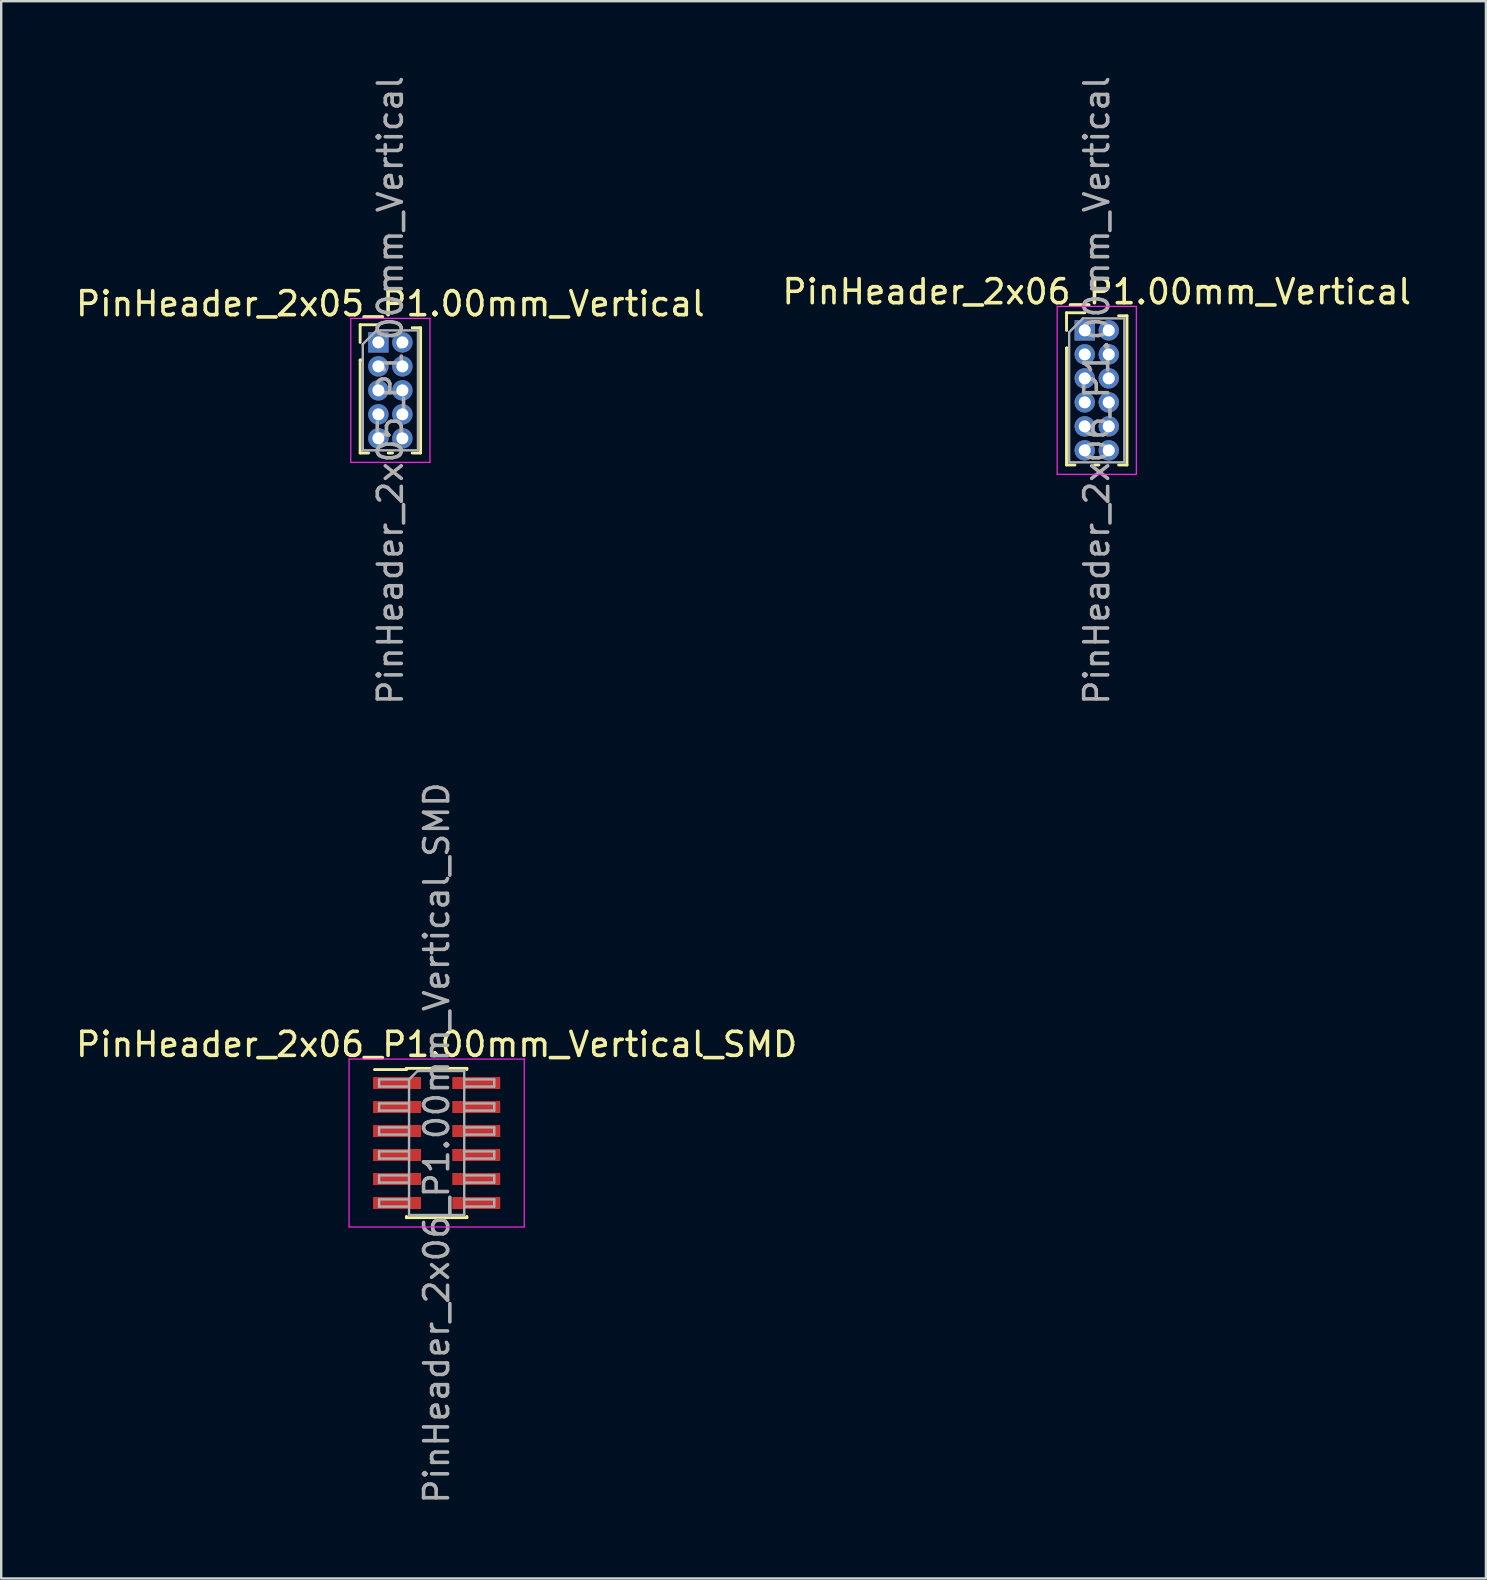
<source format=kicad_pcb>
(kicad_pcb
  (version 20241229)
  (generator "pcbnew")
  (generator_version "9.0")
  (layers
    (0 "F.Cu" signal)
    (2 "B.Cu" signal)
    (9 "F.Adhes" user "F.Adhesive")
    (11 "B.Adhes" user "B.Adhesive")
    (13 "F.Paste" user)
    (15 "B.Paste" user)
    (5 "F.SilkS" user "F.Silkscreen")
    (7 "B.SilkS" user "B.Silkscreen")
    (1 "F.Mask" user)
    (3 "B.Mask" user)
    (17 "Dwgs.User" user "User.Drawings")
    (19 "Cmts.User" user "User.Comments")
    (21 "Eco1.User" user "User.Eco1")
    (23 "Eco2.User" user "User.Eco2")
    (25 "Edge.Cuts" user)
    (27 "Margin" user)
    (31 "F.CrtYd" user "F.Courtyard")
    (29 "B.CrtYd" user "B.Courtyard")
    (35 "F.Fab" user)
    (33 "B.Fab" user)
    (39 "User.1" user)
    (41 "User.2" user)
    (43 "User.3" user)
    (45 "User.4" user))
  (footprint "PinHeader_2x06_P1.00mm_Vertical_SMD"
    (layer "F.Cu")
    (at 15.149 44.589)
    (property "Reference" "PinHeader_2x06_P1.00mm_Vertical_SMD" (at 0 -4.11 0) (layer "F.SilkS") (effects (font (size 1 1) (thickness 0.15))))
    (attr smd)
    (fp_line (start -2.59 -3.06) (end -1.26 -3.06) (stroke (width 0.12) (type solid)) (layer "F.SilkS"))
    (fp_line (start -1.26 -3.11) (end -1.26 -3.06) (stroke (width 0.12) (type solid)) (layer "F.SilkS"))
    (fp_line (start -1.26 -3.11) (end 1.26 -3.11) (stroke (width 0.12) (type solid)) (layer "F.SilkS"))
    (fp_line (start -1.26 3.06) (end -1.26 3.11) (stroke (width 0.12) (type solid)) (layer "F.SilkS"))
    (fp_line (start -1.26 3.11) (end 1.26 3.11) (stroke (width 0.12) (type solid)) (layer "F.SilkS"))
    (fp_line (start 1.26 -3.11) (end 1.26 -3.06) (stroke (width 0.12) (type solid)) (layer "F.SilkS"))
    (fp_line (start 1.26 3.06) (end 1.26 3.11) (stroke (width 0.12) (type solid)) (layer "F.SilkS"))
    (fp_line (start -3.65 -3.5) (end -3.65 3.5) (stroke (width 0.05) (type solid)) (layer "F.CrtYd"))
    (fp_line (start -3.65 3.5) (end 3.65 3.5) (stroke (width 0.05) (type solid)) (layer "F.CrtYd"))
    (fp_line (start 3.65 -3.5) (end -3.65 -3.5) (stroke (width 0.05) (type solid)) (layer "F.CrtYd"))
    (fp_line (start 3.65 3.5) (end 3.65 -3.5) (stroke (width 0.05) (type solid)) (layer "F.CrtYd"))
    (fp_line (start -2.4 -2.65) (end -2.4 -2.35) (stroke (width 0.1) (type solid)) (layer "F.Fab"))
    (fp_line (start -2.4 -2.35) (end -1.15 -2.35) (stroke (width 0.1) (type solid)) (layer "F.Fab"))
    (fp_line (start -2.4 -1.65) (end -2.4 -1.35) (stroke (width 0.1) (type solid)) (layer "F.Fab"))
    (fp_line (start -2.4 -1.35) (end -1.15 -1.35) (stroke (width 0.1) (type solid)) (layer "F.Fab"))
    (fp_line (start -2.4 -0.65) (end -2.4 -0.35) (stroke (width 0.1) (type solid)) (layer "F.Fab"))
    (fp_line (start -2.4 -0.35) (end -1.15 -0.35) (stroke (width 0.1) (type solid)) (layer "F.Fab"))
    (fp_line (start -2.4 0.35) (end -2.4 0.65) (stroke (width 0.1) (type solid)) (layer "F.Fab"))
    (fp_line (start -2.4 0.65) (end -1.15 0.65) (stroke (width 0.1) (type solid)) (layer "F.Fab"))
    (fp_line (start -2.4 1.35) (end -2.4 1.65) (stroke (width 0.1) (type solid)) (layer "F.Fab"))
    (fp_line (start -2.4 1.65) (end -1.15 1.65) (stroke (width 0.1) (type solid)) (layer "F.Fab"))
    (fp_line (start -2.4 2.35) (end -2.4 2.65) (stroke (width 0.1) (type solid)) (layer "F.Fab"))
    (fp_line (start -2.4 2.65) (end -1.15 2.65) (stroke (width 0.1) (type solid)) (layer "F.Fab"))
    (fp_line (start -1.15 -2.65) (end -2.4 -2.65) (stroke (width 0.1) (type solid)) (layer "F.Fab"))
    (fp_line (start -1.15 -2.65) (end -0.8 -3) (stroke (width 0.1) (type solid)) (layer "F.Fab"))
    (fp_line (start -1.15 -1.65) (end -2.4 -1.65) (stroke (width 0.1) (type solid)) (layer "F.Fab"))
    (fp_line (start -1.15 -0.65) (end -2.4 -0.65) (stroke (width 0.1) (type solid)) (layer "F.Fab"))
    (fp_line (start -1.15 0.35) (end -2.4 0.35) (stroke (width 0.1) (type solid)) (layer "F.Fab"))
    (fp_line (start -1.15 1.35) (end -2.4 1.35) (stroke (width 0.1) (type solid)) (layer "F.Fab"))
    (fp_line (start -1.15 2.35) (end -2.4 2.35) (stroke (width 0.1) (type solid)) (layer "F.Fab"))
    (fp_line (start -1.15 3) (end -1.15 -2.65) (stroke (width 0.1) (type solid)) (layer "F.Fab"))
    (fp_line (start -0.8 -3) (end 1.15 -3) (stroke (width 0.1) (type solid)) (layer "F.Fab"))
    (fp_line (start 1.15 -3) (end 1.15 3) (stroke (width 0.1) (type solid)) (layer "F.Fab"))
    (fp_line (start 1.15 -2.65) (end 2.4 -2.65) (stroke (width 0.1) (type solid)) (layer "F.Fab"))
    (fp_line (start 1.15 -1.65) (end 2.4 -1.65) (stroke (width 0.1) (type solid)) (layer "F.Fab"))
    (fp_line (start 1.15 -0.65) (end 2.4 -0.65) (stroke (width 0.1) (type solid)) (layer "F.Fab"))
    (fp_line (start 1.15 0.35) (end 2.4 0.35) (stroke (width 0.1) (type solid)) (layer "F.Fab"))
    (fp_line (start 1.15 1.35) (end 2.4 1.35) (stroke (width 0.1) (type solid)) (layer "F.Fab"))
    (fp_line (start 1.15 2.35) (end 2.4 2.35) (stroke (width 0.1) (type solid)) (layer "F.Fab"))
    (fp_line (start 1.15 3) (end -1.15 3) (stroke (width 0.1) (type solid)) (layer "F.Fab"))
    (fp_line (start 2.4 -2.65) (end 2.4 -2.35) (stroke (width 0.1) (type solid)) (layer "F.Fab"))
    (fp_line (start 2.4 -2.35) (end 1.15 -2.35) (stroke (width 0.1) (type solid)) (layer "F.Fab"))
    (fp_line (start 2.4 -1.65) (end 2.4 -1.35) (stroke (width 0.1) (type solid)) (layer "F.Fab"))
    (fp_line (start 2.4 -1.35) (end 1.15 -1.35) (stroke (width 0.1) (type solid)) (layer "F.Fab"))
    (fp_line (start 2.4 -0.65) (end 2.4 -0.35) (stroke (width 0.1) (type solid)) (layer "F.Fab"))
    (fp_line (start 2.4 -0.35) (end 1.15 -0.35) (stroke (width 0.1) (type solid)) (layer "F.Fab"))
    (fp_line (start 2.4 0.35) (end 2.4 0.65) (stroke (width 0.1) (type solid)) (layer "F.Fab"))
    (fp_line (start 2.4 0.65) (end 1.15 0.65) (stroke (width 0.1) (type solid)) (layer "F.Fab"))
    (fp_line (start 2.4 1.35) (end 2.4 1.65) (stroke (width 0.1) (type solid)) (layer "F.Fab"))
    (fp_line (start 2.4 1.65) (end 1.15 1.65) (stroke (width 0.1) (type solid)) (layer "F.Fab"))
    (fp_line (start 2.4 2.35) (end 2.4 2.65) (stroke (width 0.1) (type solid)) (layer "F.Fab"))
    (fp_line (start 2.4 2.65) (end 1.15 2.65) (stroke (width 0.1) (type solid)) (layer "F.Fab"))
    (fp_text user "${REFERENCE}" (at 0 0 90) (layer "F.Fab") (effects (font (size 1 1) (thickness 0.15))))
    (pad "1" smd rect (at -1.65 -2.5) (size 2 0.5) (layers "F.Cu" "F.Mask" "F.Paste"))
    (pad "2" smd rect (at 1.65 -2.5) (size 2 0.5) (layers "F.Cu" "F.Mask" "F.Paste"))
    (pad "3" smd rect (at -1.65 -1.5) (size 2 0.5) (layers "F.Cu" "F.Mask" "F.Paste"))
    (pad "4" smd rect (at 1.65 -1.5) (size 2 0.5) (layers "F.Cu" "F.Mask" "F.Paste"))
    (pad "5" smd rect (at -1.65 -0.5) (size 2 0.5) (layers "F.Cu" "F.Mask" "F.Paste"))
    (pad "6" smd rect (at 1.65 -0.5) (size 2 0.5) (layers "F.Cu" "F.Mask" "F.Paste"))
    (pad "7" smd rect (at -1.65 0.5) (size 2 0.5) (layers "F.Cu" "F.Mask" "F.Paste"))
    (pad "8" smd rect (at 1.65 0.5) (size 2 0.5) (layers "F.Cu" "F.Mask" "F.Paste"))
    (pad "9" smd rect (at -1.65 1.5) (size 2 0.5) (layers "F.Cu" "F.Mask" "F.Paste"))
    (pad "10" smd rect (at 1.65 1.5) (size 2 0.5) (layers "F.Cu" "F.Mask" "F.Paste"))
    (pad "11" smd rect (at -1.65 2.5) (size 2 0.5) (layers "F.Cu" "F.Mask" "F.Paste"))
    (pad "12" smd rect (at 1.65 2.5) (size 2 0.5) (layers "F.Cu" "F.Mask" "F.Paste")))
  (footprint "PinHeader_2x05_P1.00mm_Vertical"
    (layer "F.Cu")
    (at 12.72 11.22)
    (property "Reference" "PinHeader_2x05_P1.00mm_Vertical" (at 0.5 -1.61 0) (layer "F.SilkS") (effects (font (size 1 1) (thickness 0.15))))
    (attr through_hole)
    (fp_line (start -0.76 -0.735) (end 0 -0.735) (stroke (width 0.12) (type solid)) (layer "F.SilkS"))
    (fp_line (start -0.76 0) (end -0.76 -0.735) (stroke (width 0.12) (type solid)) (layer "F.SilkS"))
    (fp_line (start -0.76 0.735) (end -0.76 4.61) (stroke (width 0.12) (type solid)) (layer "F.SilkS"))
    (fp_line (start -0.76 0.735) (end -0.686 0.735) (stroke (width 0.12) (type solid)) (layer "F.SilkS"))
    (fp_line (start -0.76 4.61) (end -0.41 4.61) (stroke (width 0.12) (type solid)) (layer "F.SilkS"))
    (fp_line (start 0.41 4.61) (end 0.59 4.61) (stroke (width 0.12) (type solid)) (layer "F.SilkS"))
    (fp_line (start 1.41 -0.61) (end 1.76 -0.61) (stroke (width 0.12) (type solid)) (layer "F.SilkS"))
    (fp_line (start 1.41 4.61) (end 1.76 4.61) (stroke (width 0.12) (type solid)) (layer "F.SilkS"))
    (fp_line (start 1.76 -0.61) (end 1.76 4.61) (stroke (width 0.12) (type solid)) (layer "F.SilkS"))
    (fp_line (start -1.15 -1) (end -1.15 5) (stroke (width 0.05) (type solid)) (layer "F.CrtYd"))
    (fp_line (start -1.15 5) (end 2.15 5) (stroke (width 0.05) (type solid)) (layer "F.CrtYd"))
    (fp_line (start 2.15 -1) (end -1.15 -1) (stroke (width 0.05) (type solid)) (layer "F.CrtYd"))
    (fp_line (start 2.15 5) (end 2.15 -1) (stroke (width 0.05) (type solid)) (layer "F.CrtYd"))
    (fp_line (start -0.65 0.075) (end -0.075 -0.5) (stroke (width 0.1) (type solid)) (layer "F.Fab"))
    (fp_line (start -0.65 4.5) (end -0.65 0.075) (stroke (width 0.1) (type solid)) (layer "F.Fab"))
    (fp_line (start -0.075 -0.5) (end 1.65 -0.5) (stroke (width 0.1) (type solid)) (layer "F.Fab"))
    (fp_line (start 1.65 -0.5) (end 1.65 4.5) (stroke (width 0.1) (type solid)) (layer "F.Fab"))
    (fp_line (start 1.65 4.5) (end -0.65 4.5) (stroke (width 0.1) (type solid)) (layer "F.Fab"))
    (fp_text user "${REFERENCE}" (at 0.5 2 90) (layer "F.Fab") (effects (font (size 1 1) (thickness 0.15))))
    (pad "1" thru_hole rect (at 0 0) (size 0.85 0.85) (drill 0.5) (layers "*.Cu" "*.Mask"))
    (pad "2" thru_hole circle (at 1 0) (size 0.85 0.85) (drill 0.5) (layers "*.Cu" "*.Mask"))
    (pad "3" thru_hole circle (at 0 1) (size 0.85 0.85) (drill 0.5) (layers "*.Cu" "*.Mask"))
    (pad "4" thru_hole circle (at 1 1) (size 0.85 0.85) (drill 0.5) (layers "*.Cu" "*.Mask"))
    (pad "5" thru_hole circle (at 0 2) (size 0.85 0.85) (drill 0.5) (layers "*.Cu" "*.Mask"))
    (pad "6" thru_hole circle (at 1 2) (size 0.85 0.85) (drill 0.5) (layers "*.Cu" "*.Mask"))
    (pad "7" thru_hole circle (at 0 3) (size 0.85 0.85) (drill 0.5) (layers "*.Cu" "*.Mask"))
    (pad "8" thru_hole circle (at 1 3) (size 0.85 0.85) (drill 0.5) (layers "*.Cu" "*.Mask"))
    (pad "9" thru_hole circle (at 0 4) (size 0.85 0.85) (drill 0.5) (layers "*.Cu" "*.Mask"))
    (pad "10" thru_hole circle (at 1 4) (size 0.85 0.85) (drill 0.5) (layers "*.Cu" "*.Mask")))
  (footprint "PinHeader_2x06_P1.00mm_Vertical"
    (layer "F.Cu")
    (at 42.161 10.72)
    (property "Reference" "PinHeader_2x06_P1.00mm_Vertical" (at 0.5 -1.61 0) (layer "F.SilkS") (effects (font (size 1 1) (thickness 0.15))))
    (attr through_hole)
    (fp_line (start -0.76 -0.735) (end 0 -0.735) (stroke (width 0.12) (type solid)) (layer "F.SilkS"))
    (fp_line (start -0.76 0) (end -0.76 -0.735) (stroke (width 0.12) (type solid)) (layer "F.SilkS"))
    (fp_line (start -0.76 0.735) (end -0.76 5.61) (stroke (width 0.12) (type solid)) (layer "F.SilkS"))
    (fp_line (start -0.76 0.735) (end -0.686 0.735) (stroke (width 0.12) (type solid)) (layer "F.SilkS"))
    (fp_line (start -0.76 5.61) (end -0.41 5.61) (stroke (width 0.12) (type solid)) (layer "F.SilkS"))
    (fp_line (start 0.41 5.61) (end 0.59 5.61) (stroke (width 0.12) (type solid)) (layer "F.SilkS"))
    (fp_line (start 1.41 -0.61) (end 1.76 -0.61) (stroke (width 0.12) (type solid)) (layer "F.SilkS"))
    (fp_line (start 1.41 5.61) (end 1.76 5.61) (stroke (width 0.12) (type solid)) (layer "F.SilkS"))
    (fp_line (start 1.76 -0.61) (end 1.76 5.61) (stroke (width 0.12) (type solid)) (layer "F.SilkS"))
    (fp_line (start -1.15 -1) (end -1.15 6) (stroke (width 0.05) (type solid)) (layer "F.CrtYd"))
    (fp_line (start -1.15 6) (end 2.15 6) (stroke (width 0.05) (type solid)) (layer "F.CrtYd"))
    (fp_line (start 2.15 -1) (end -1.15 -1) (stroke (width 0.05) (type solid)) (layer "F.CrtYd"))
    (fp_line (start 2.15 6) (end 2.15 -1) (stroke (width 0.05) (type solid)) (layer "F.CrtYd"))
    (fp_line (start -0.65 0.075) (end -0.075 -0.5) (stroke (width 0.1) (type solid)) (layer "F.Fab"))
    (fp_line (start -0.65 5.5) (end -0.65 0.075) (stroke (width 0.1) (type solid)) (layer "F.Fab"))
    (fp_line (start -0.075 -0.5) (end 1.65 -0.5) (stroke (width 0.1) (type solid)) (layer "F.Fab"))
    (fp_line (start 1.65 -0.5) (end 1.65 5.5) (stroke (width 0.1) (type solid)) (layer "F.Fab"))
    (fp_line (start 1.65 5.5) (end -0.65 5.5) (stroke (width 0.1) (type solid)) (layer "F.Fab"))
    (fp_text user "${REFERENCE}" (at 0.5 2.5 90) (layer "F.Fab") (effects (font (size 1 1) (thickness 0.15))))
    (pad "1" thru_hole rect (at 0 0) (size 0.85 0.85) (drill 0.5) (layers "*.Cu" "*.Mask"))
    (pad "2" thru_hole circle (at 1 0) (size 0.85 0.85) (drill 0.5) (layers "*.Cu" "*.Mask"))
    (pad "3" thru_hole circle (at 0 1) (size 0.85 0.85) (drill 0.5) (layers "*.Cu" "*.Mask"))
    (pad "4" thru_hole circle (at 1 1) (size 0.85 0.85) (drill 0.5) (layers "*.Cu" "*.Mask"))
    (pad "5" thru_hole circle (at 0 2) (size 0.85 0.85) (drill 0.5) (layers "*.Cu" "*.Mask"))
    (pad "6" thru_hole circle (at 1 2) (size 0.85 0.85) (drill 0.5) (layers "*.Cu" "*.Mask"))
    (pad "7" thru_hole circle (at 0 3) (size 0.85 0.85) (drill 0.5) (layers "*.Cu" "*.Mask"))
    (pad "8" thru_hole circle (at 1 3) (size 0.85 0.85) (drill 0.5) (layers "*.Cu" "*.Mask"))
    (pad "9" thru_hole circle (at 0 4) (size 0.85 0.85) (drill 0.5) (layers "*.Cu" "*.Mask"))
    (pad "10" thru_hole circle (at 1 4) (size 0.85 0.85) (drill 0.5) (layers "*.Cu" "*.Mask"))
    (pad "11" thru_hole circle (at 0 5) (size 0.85 0.85) (drill 0.5) (layers "*.Cu" "*.Mask"))
    (pad "12" thru_hole circle (at 1 5) (size 0.85 0.85) (drill 0.5) (layers "*.Cu" "*.Mask")))
  (gr_rect
    (start -3 -3)
    (end 58.881 62.738)
    (stroke (width 0.1) (type default))
    (fill no)
    (layer "Edge.Cuts")))
</source>
